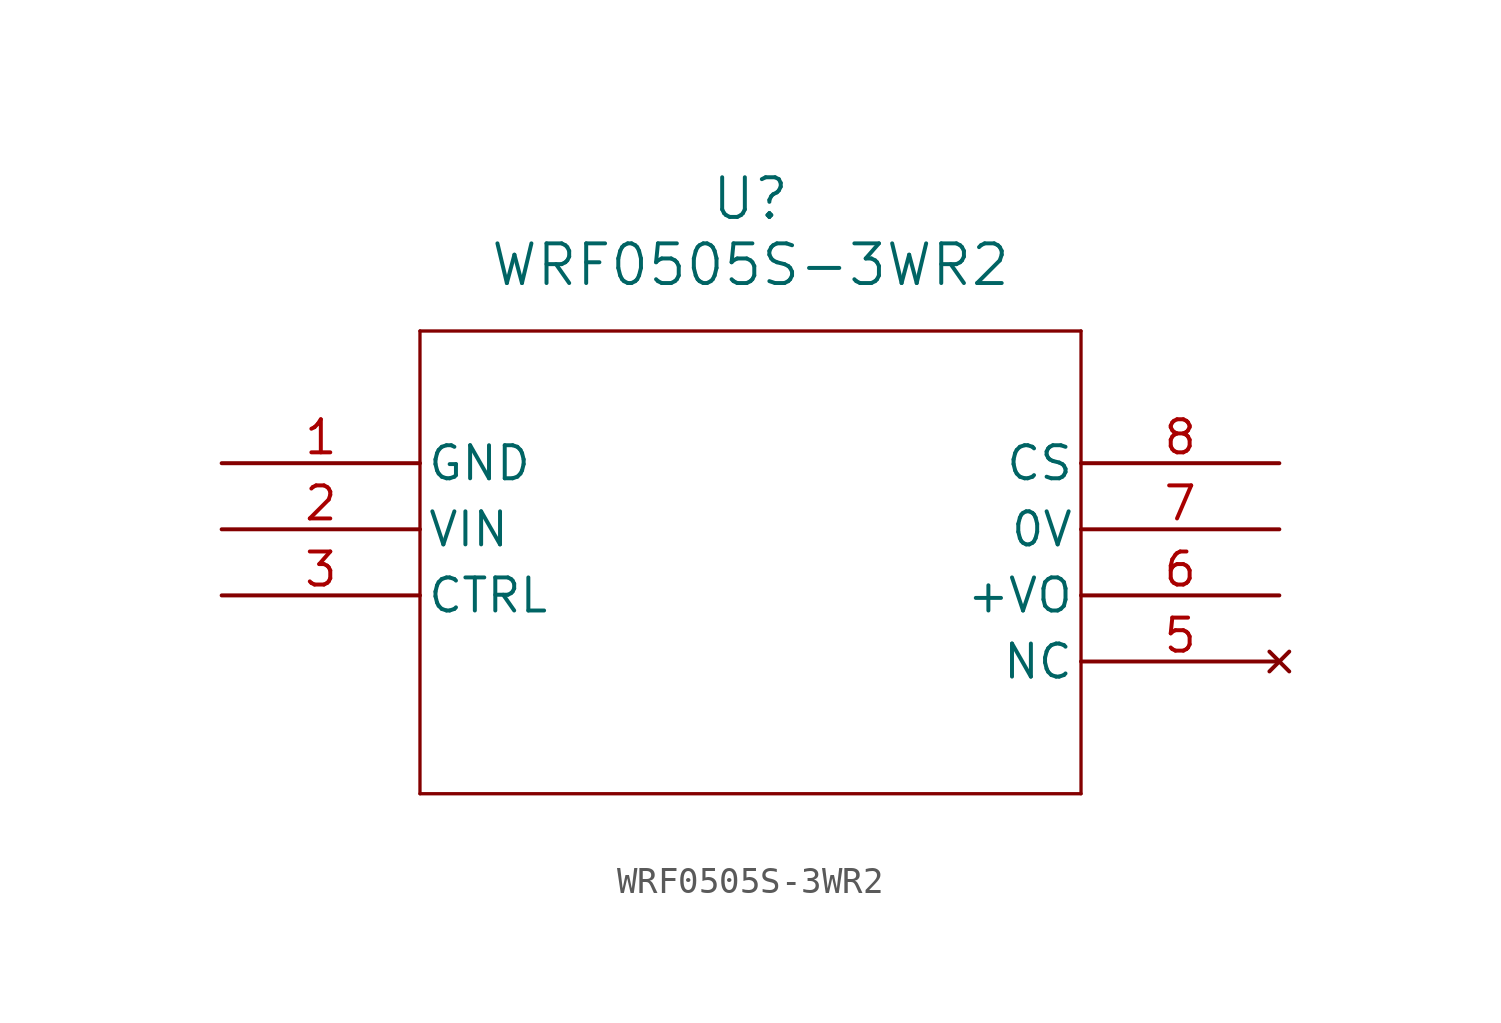
<source format=kicad_sym>
(kicad_symbol_lib
  (version 20211014)
  (generator kicad_symbol_editor)
  (symbol "WRF0505S-3WR2"
    (pin_names
      (offset 0.254))
    (property "Reference" "U"
      (at 20.32 10.16 0)
      (effects (font (size 1.524 1.524))))
    (property "Value" "WRF0505S-3WR2"
      (at 20.32 7.62 0)
      (effects (font (size 1.524 1.524))))
    (symbol "WRF0505S-3WR2_0_1"
      (polyline (pts (xy 7.62 5.08) (xy 7.62 -12.7)) (stroke (width 0.127) (type default) (color 0 0 0 0)) (fill (type none)))
      (polyline (pts (xy 7.62 -12.7) (xy 33.02 -12.7)) (stroke (width 0.127) (type default) (color 0 0 0 0)) (fill (type none)))
      (polyline (pts (xy 33.02 -12.7) (xy 33.02 5.08)) (stroke (width 0.127) (type default) (color 0 0 0 0)) (fill (type none)))
      (polyline (pts (xy 33.02 5.08) (xy 7.62 5.08)) (stroke (width 0.127) (type default) (color 0 0 0 0)) (fill (type none)))
      (pin power_out line (at 0 0 0) (length 7.62) (name "GND" (effects (font (size 1.27 1.27)))) (number "1" (effects (font (size 1.27 1.27)))))
      (pin unspecified line (at 0 -2.54 0) (length 7.62) (name "VIN" (effects (font (size 1.27 1.27)))) (number "2" (effects (font (size 1.27 1.27)))))
      (pin unspecified line (at 0 -5.08 0) (length 7.62) (name "CTRL" (effects (font (size 1.27 1.27)))) (number "3" (effects (font (size 1.27 1.27)))))
      (pin no_connect line (at 40.64 -7.62 180) (length 7.62) (name "NC" (effects (font (size 1.27 1.27)))) (number "5" (effects (font (size 1.27 1.27)))))
      (pin power_in line (at 40.64 -5.08 180) (length 7.62) (name "+VO" (effects (font (size 1.27 1.27)))) (number "6" (effects (font (size 1.27 1.27)))))
      (pin unspecified line (at 40.64 -2.54 180) (length 7.62) (name "0V" (effects (font (size 1.27 1.27)))) (number "7" (effects (font (size 1.27 1.27)))))
      (pin unspecified line (at 40.64 0 180) (length 7.62) (name "CS" (effects (font (size 1.27 1.27)))) (number "8" (effects (font (size 1.27 1.27))))))))
</source>
